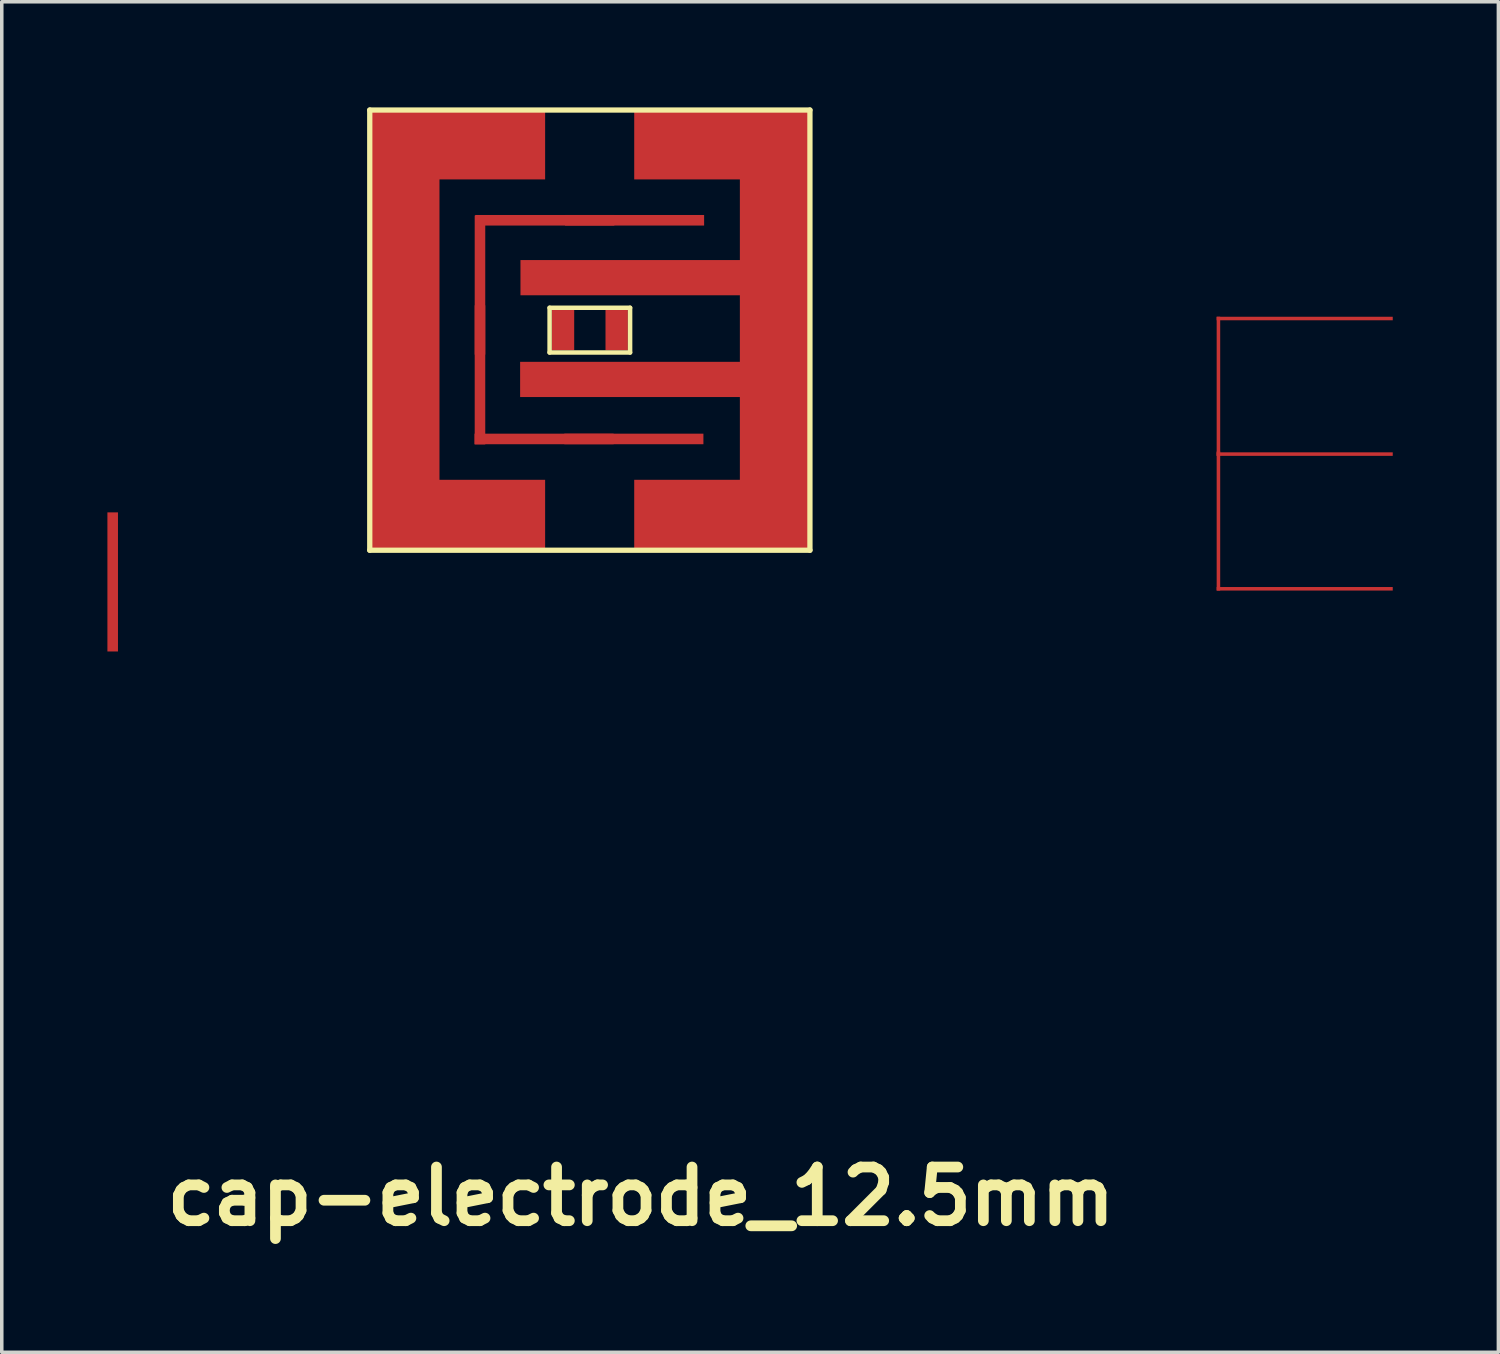
<source format=kicad_pcb>
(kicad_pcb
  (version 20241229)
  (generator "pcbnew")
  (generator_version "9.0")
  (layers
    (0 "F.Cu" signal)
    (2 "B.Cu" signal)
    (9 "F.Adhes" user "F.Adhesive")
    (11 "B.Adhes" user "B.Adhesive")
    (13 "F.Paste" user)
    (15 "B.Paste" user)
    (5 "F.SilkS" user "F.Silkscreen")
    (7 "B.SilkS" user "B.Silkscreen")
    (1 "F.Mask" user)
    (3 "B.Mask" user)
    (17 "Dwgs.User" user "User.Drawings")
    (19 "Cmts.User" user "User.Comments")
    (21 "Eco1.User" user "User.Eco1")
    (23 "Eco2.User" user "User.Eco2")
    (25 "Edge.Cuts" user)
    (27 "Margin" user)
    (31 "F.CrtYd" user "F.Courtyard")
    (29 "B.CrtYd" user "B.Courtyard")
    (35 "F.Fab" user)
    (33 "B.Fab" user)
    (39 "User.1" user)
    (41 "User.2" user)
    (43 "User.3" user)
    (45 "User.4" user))
  (footprint "cap-electrode_12.5mm"
    (layer "F.Cu")
    (at 13.7 6.325)
    (property "Reference" "cap-electrode_12.5mm" (at 1.45 24.6 0) (layer "F.SilkS") (effects (font (size 1.524 1.524) (thickness 0.305))))
    (attr through_hole)
    (fp_line (start -6.25 -6.25) (end -6.25 6.25) (stroke (width 0.15) (type solid)) (layer "F.SilkS"))
    (fp_line (start -6.25 -6.25) (end 6.25 -6.25) (stroke (width 0.15) (type solid)) (layer "F.SilkS"))
    (fp_line (start -6.25 6.25) (end 6.25 6.25) (stroke (width 0.15) (type solid)) (layer "F.SilkS"))
    (fp_line (start -1.143 -0.635) (end 1.143 -0.635) (stroke (width 0.127) (type solid)) (layer "F.SilkS"))
    (fp_line (start -1.143 0.635) (end -1.143 -0.635) (stroke (width 0.127) (type solid)) (layer "F.SilkS"))
    (fp_line (start 1.143 -0.635) (end 1.143 0.635) (stroke (width 0.127) (type solid)) (layer "F.SilkS"))
    (fp_line (start 1.143 0.635) (end -1.143 0.635) (stroke (width 0.127) (type solid)) (layer "F.SilkS"))
    (fp_line (start 6.25 -6.25) (end 6.25 6.25) (stroke (width 0.15) (type solid)) (layer "F.SilkS"))
    (pad "1" smd rect (at -5.27 0 90) (size 12.5 2) (layers "F.Cu" "F.Mask" "F.Paste"))
    (pad "1" smd rect (at -3.77 -5.28) (size 5 2) (layers "F.Cu" "F.Mask" "F.Paste"))
    (pad "1" smd rect (at -3.77 5.25) (size 5 2) (layers "F.Cu" "F.Mask" "F.Paste"))
    (pad "1" smd rect (at -0.762 0) (size 0.635 1.143) (layers "F.Cu" "F.Mask" "F.Paste"))
    (pad "1" smd rect (at 3.76 -5.28 180) (size 5 2) (layers "F.Cu" "F.Mask" "F.Paste"))
    (pad "1" smd rect (at 3.76 5.25 180) (size 5 2) (layers "F.Cu" "F.Mask" "F.Paste"))
    (pad "1" smd rect (at 5.26 0) (size 2 12.5) (layers "F.Cu" "F.Mask" "F.Paste"))
    (pad "2" smd rect (at 0.762 0) (size 0.635 1.143) (layers "F.Cu" "F.Mask" "F.Paste"))
    (pad "2" smd rect (at 2.02 1.4 180) (size 8 1) (layers "F.Cu" "F.Mask" "F.Paste"))
    (pad "2" smd rect (at 2.03 -1.49 180) (size 8 1) (layers "F.Cu" "F.Mask" "F.Paste"))
    (pad "2" smd rect (at 20.3 -0.33) (size 5 0.1) (layers "F.Cu" "F.Mask" "F.Paste"))
    (pad "2" smd rect (at 20.3 3.52) (size 5 0.1) (layers "F.Cu" "F.Mask" "F.Paste"))
    (pad "2" smd rect (at 20.3 7.345) (size 5 0.1) (layers "F.Cu" "F.Mask" "F.Paste"))
    (pad "3" smd rect (at -13.55 7.15 90) (size 3.95 0.3) (layers "F.Cu" "F.Mask" "F.Paste"))
    (pad "3" smd rect (at -3.12 -1.28 270) (size 3.95 0.3) (layers "F.Cu" "F.Mask" "F.Paste"))
    (pad "3" smd rect (at -3.12 1.27 270) (size 3.95 0.3) (layers "F.Cu" "F.Mask" "F.Paste"))
    (pad "3" smd rect (at -1.3 3.09 180) (size 3.95 0.3) (layers "F.Cu" "F.Mask" "F.Paste"))
    (pad "3" smd rect (at -1.28 -3.12 180) (size 3.95 0.3) (layers "F.Cu" "F.Mask" "F.Paste"))
    (pad "3" smd rect (at 1.25 3.09 180) (size 3.95 0.3) (layers "F.Cu" "F.Mask" "F.Paste"))
    (pad "3" smd rect (at 1.27 -3.12 180) (size 3.95 0.3) (layers "F.Cu" "F.Mask" "F.Paste"))
    (pad "4" smd rect (at 17.85 1.595 90) (size 3.95 0.1) (layers "F.Cu" "F.Mask" "F.Paste"))
    (pad "4" smd rect (at 17.85 5.42 90) (size 3.95 0.1) (layers "F.Cu" "F.Mask" "F.Paste")))
  (gr_rect
    (start -3 -3)
    (end 39.5 35.351)
    (stroke (width 0.1) (type default))
    (fill no)
    (layer "Edge.Cuts")))
</source>
